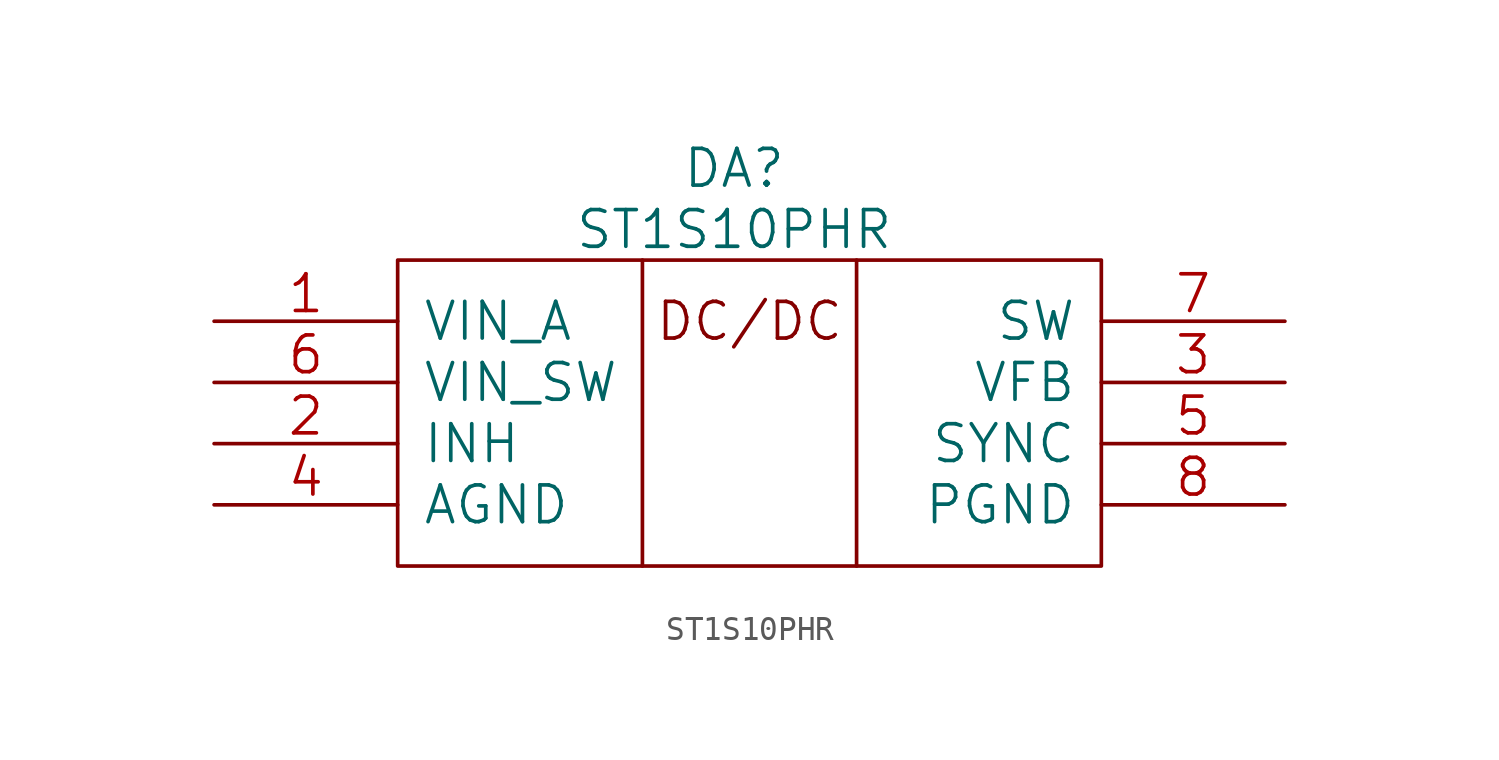
<source format=kicad_sym>
(kicad_symbol_lib
  (version 20211014)
  (generator kicad_symbol_editor)
  (symbol "ST1S10PHR"
    (pin_names
      (offset 1.016))
    (property "Reference" "DA"
      (at 13.97 3.81 0)
      (effects (font (size 1.524 1.524))))
    (property "Value" "ST1S10PHR"
      (at 13.97 1.27 0)
      (effects (font (size 1.524 1.524))))
    (property "Footprint" ""
      (at 0 0 0)
      (effects (font (size 1.524 1.524))))
    (property "Datasheet" ""
      (at 0 0 0)
      (effects (font (size 1.524 1.524))))
    (symbol "ST1S10PHR_0_0"
      (polyline (pts (xy 10.16 0) (xy 10.16 -12.7)) (stroke (width 0) (type default) (color 0 0 0 0)) (fill (type none)))
      (polyline (pts (xy 19.05 0) (xy 19.05 -12.7)) (stroke (width 0) (type default) (color 0 0 0 0)) (fill (type none)))
      (rectangle (start 0 0) (end 29.21 -12.7) (stroke (width 0) (type default) (color 0 0 0 0)) (fill (type none)))
      (text "DC/DC" (at 14.605 -2.54 0) (effects (font (size 1.524 1.524))))
      (pin input line (at -7.62 -2.54 0) (length 7.62) (name "VIN_A" (effects (font (size 1.524 1.524)))) (number "1" (effects (font (size 1.524 1.524)))))
      (pin input line (at -7.62 -7.62 0) (length 7.62) (name "INH" (effects (font (size 1.524 1.524)))) (number "2" (effects (font (size 1.524 1.524)))))
      (pin input line (at 36.83 -5.08 180) (length 7.62) (name "VFB" (effects (font (size 1.524 1.524)))) (number "3" (effects (font (size 1.524 1.524)))))
      (pin input line (at -7.62 -10.16 0) (length 7.62) (name "AGND" (effects (font (size 1.524 1.524)))) (number "4" (effects (font (size 1.524 1.524)))))
      (pin input line (at 36.83 -7.62 180) (length 7.62) (name "SYNC" (effects (font (size 1.524 1.524)))) (number "5" (effects (font (size 1.524 1.524)))))
      (pin power_out line (at -7.62 -5.08 0) (length 7.62) (name "VIN_SW" (effects (font (size 1.524 1.524)))) (number "6" (effects (font (size 1.524 1.524)))))
      (pin input line (at 36.83 -2.54 180) (length 7.62) (name "SW" (effects (font (size 1.524 1.524)))) (number "7" (effects (font (size 1.524 1.524)))))
      (pin input line (at 36.83 -10.16 180) (length 7.62) (name "PGND" (effects (font (size 1.524 1.524)))) (number "8" (effects (font (size 1.524 1.524))))))))
</source>
